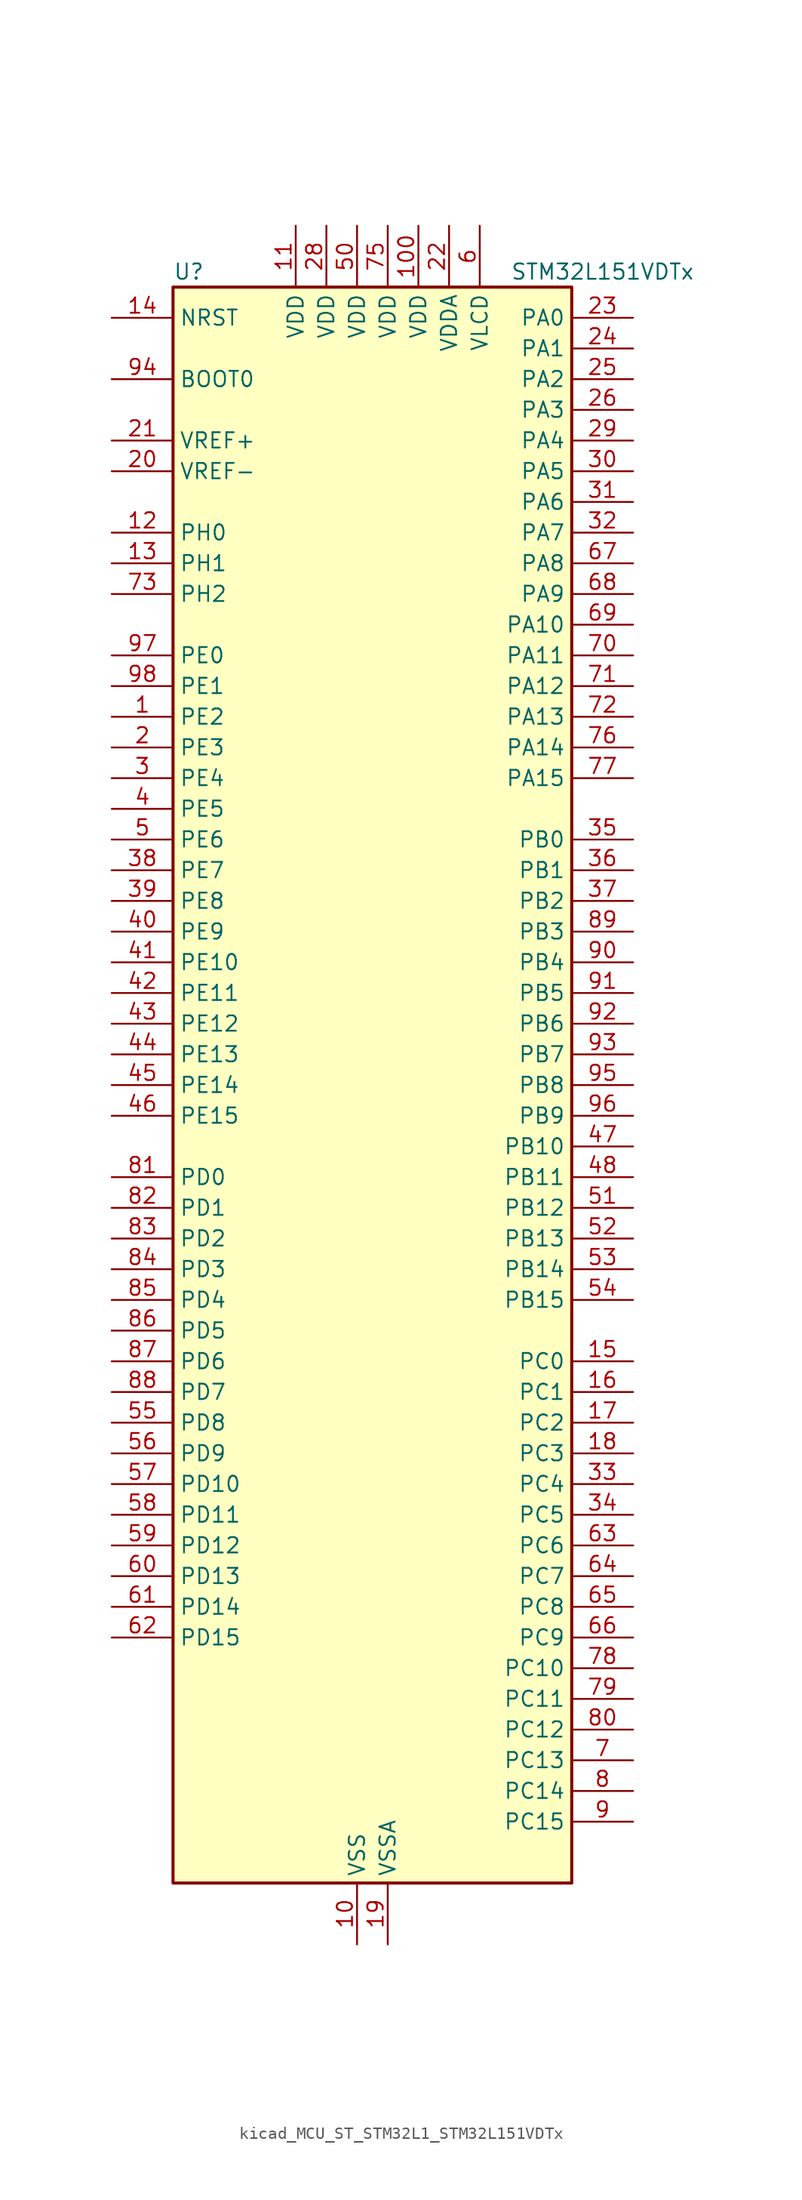
<source format=kicad_sym>
(kicad_symbol_lib
  (version 20220914)
  (generator kicad_symbol_editor)
  (symbol "kicad_MCU_ST_STM32L1_STM32L151VDTx"
    (property "Reference" "U"
      (at -15.24 67.31 0)
      (effects (font (size 1.27 1.27)) (justify left)))
    (property "Value" "STM32L151VDTx"
      (at 12.7 67.31 0)
      (effects (font (size 1.27 1.27)) (justify left)))
    (property "ki_locked" ""
      (at 0 0 0)
      (effects (font (size 1.27 1.27))))
    (symbol "kicad_MCU_ST_STM32L1_STM32L151VDTx_0_1"
      (rectangle (start -15.24 -66.04) (end 17.78 66.04) (stroke (width 0.254) (type default)) (fill (type background))))
    (symbol "kicad_MCU_ST_STM32L1_STM32L151VDTx_1_1"
      (pin bidirectional line (at -20.32 30.48 0) (length 5.08) (name "PE2" (effects (font (size 1.27 1.27)))) (number "1" (effects (font (size 1.27 1.27)))) (alternate "FSMC_A23" bidirectional line) (alternate "SYS_TRACECK" bidirectional line) (alternate "TIM3_ETR" bidirectional line) (alternate "TIMX_IC3" bidirectional line))
      (pin power_in line (at 0 -71.12 90) (length 5.08) (name "VSS" (effects (font (size 1.27 1.27)))) (number "10" (effects (font (size 1.27 1.27)))))
      (pin power_in line (at 5.08 71.12 270) (length 5.08) (name "VDD" (effects (font (size 1.27 1.27)))) (number "100" (effects (font (size 1.27 1.27)))))
      (pin power_in line (at -5.08 71.12 270) (length 5.08) (name "VDD" (effects (font (size 1.27 1.27)))) (number "11" (effects (font (size 1.27 1.27)))))
      (pin bidirectional line (at -20.32 45.72 0) (length 5.08) (name "PH0" (effects (font (size 1.27 1.27)))) (number "12" (effects (font (size 1.27 1.27)))) (alternate "RCC_OSC_IN" bidirectional line))
      (pin bidirectional line (at -20.32 43.18 0) (length 5.08) (name "PH1" (effects (font (size 1.27 1.27)))) (number "13" (effects (font (size 1.27 1.27)))) (alternate "RCC_OSC_OUT" bidirectional line))
      (pin input line (at -20.32 63.5 0) (length 5.08) (name "NRST" (effects (font (size 1.27 1.27)))) (number "14" (effects (font (size 1.27 1.27)))))
      (pin bidirectional line (at 22.86 -22.86 180) (length 5.08) (name "PC0" (effects (font (size 1.27 1.27)))) (number "15" (effects (font (size 1.27 1.27)))) (alternate "ADC_IN10" bidirectional line) (alternate "COMP1_INP" bidirectional line) (alternate "TIMX_IC1" bidirectional line) (alternate "TS_G8_IO1" bidirectional line))
      (pin bidirectional line (at 22.86 -25.4 180) (length 5.08) (name "PC1" (effects (font (size 1.27 1.27)))) (number "16" (effects (font (size 1.27 1.27)))) (alternate "ADC_IN11" bidirectional line) (alternate "COMP1_INP" bidirectional line) (alternate "OPAMP3_VINP" bidirectional line) (alternate "TIMX_IC2" bidirectional line) (alternate "TS_G8_IO2" bidirectional line))
      (pin bidirectional line (at 22.86 -27.94 180) (length 5.08) (name "PC2" (effects (font (size 1.27 1.27)))) (number "17" (effects (font (size 1.27 1.27)))) (alternate "ADC_IN12" bidirectional line) (alternate "COMP1_INP" bidirectional line) (alternate "OPAMP3_VINM" bidirectional line) (alternate "TIMX_IC3" bidirectional line) (alternate "TS_G8_IO3" bidirectional line))
      (pin bidirectional line (at 22.86 -30.48 180) (length 5.08) (name "PC3" (effects (font (size 1.27 1.27)))) (number "18" (effects (font (size 1.27 1.27)))) (alternate "ADC_IN13" bidirectional line) (alternate "COMP1_INP" bidirectional line) (alternate "OPAMP3_VOUT" bidirectional line) (alternate "TIMX_IC4" bidirectional line) (alternate "TS_G8_IO4" bidirectional line))
      (pin power_in line (at 2.54 -71.12 90) (length 5.08) (name "VSSA" (effects (font (size 1.27 1.27)))) (number "19" (effects (font (size 1.27 1.27)))))
      (pin bidirectional line (at -20.32 27.94 0) (length 5.08) (name "PE3" (effects (font (size 1.27 1.27)))) (number "2" (effects (font (size 1.27 1.27)))) (alternate "FSMC_A19" bidirectional line) (alternate "SYS_TRACED0" bidirectional line) (alternate "TIM3_CH1" bidirectional line) (alternate "TIMX_IC4" bidirectional line))
      (pin input line (at -20.32 50.8 0) (length 5.08) (name "VREF-" (effects (font (size 1.27 1.27)))) (number "20" (effects (font (size 1.27 1.27)))))
      (pin input line (at -20.32 53.34 0) (length 5.08) (name "VREF+" (effects (font (size 1.27 1.27)))) (number "21" (effects (font (size 1.27 1.27)))))
      (pin power_in line (at 7.62 71.12 270) (length 5.08) (name "VDDA" (effects (font (size 1.27 1.27)))) (number "22" (effects (font (size 1.27 1.27)))))
      (pin bidirectional line (at 22.86 63.5 180) (length 5.08) (name "PA0" (effects (font (size 1.27 1.27)))) (number "23" (effects (font (size 1.27 1.27)))) (alternate "ADC_IN0" bidirectional line) (alternate "COMP1_INP" bidirectional line) (alternate "RTC_TAMP2" bidirectional line) (alternate "SYS_WKUP1" bidirectional line) (alternate "TIM2_CH1" bidirectional line) (alternate "TIM2_ETR" bidirectional line) (alternate "TIM5_CH1" bidirectional line) (alternate "TIMX_IC1" bidirectional line) (alternate "TS_G1_IO1" bidirectional line) (alternate "USART2_CTS" bidirectional line))
      (pin bidirectional line (at 22.86 60.96 180) (length 5.08) (name "PA1" (effects (font (size 1.27 1.27)))) (number "24" (effects (font (size 1.27 1.27)))) (alternate "ADC_IN1" bidirectional line) (alternate "COMP1_INP" bidirectional line) (alternate "OPAMP1_VINP" bidirectional line) (alternate "TIM2_CH2" bidirectional line) (alternate "TIM5_CH2" bidirectional line) (alternate "TIMX_IC2" bidirectional line) (alternate "TS_G1_IO2" bidirectional line) (alternate "USART2_RTS" bidirectional line))
      (pin bidirectional line (at 22.86 58.42 180) (length 5.08) (name "PA2" (effects (font (size 1.27 1.27)))) (number "25" (effects (font (size 1.27 1.27)))) (alternate "ADC_IN2" bidirectional line) (alternate "COMP1_INP" bidirectional line) (alternate "OPAMP1_VINM" bidirectional line) (alternate "TIM2_CH3" bidirectional line) (alternate "TIM5_CH3" bidirectional line) (alternate "TIM9_CH1" bidirectional line) (alternate "TIMX_IC3" bidirectional line) (alternate "TS_G1_IO3" bidirectional line) (alternate "USART2_TX" bidirectional line))
      (pin bidirectional line (at 22.86 55.88 180) (length 5.08) (name "PA3" (effects (font (size 1.27 1.27)))) (number "26" (effects (font (size 1.27 1.27)))) (alternate "ADC_IN3" bidirectional line) (alternate "COMP1_INP" bidirectional line) (alternate "OPAMP1_VOUT" bidirectional line) (alternate "TIM2_CH4" bidirectional line) (alternate "TIM5_CH4" bidirectional line) (alternate "TIM9_CH2" bidirectional line) (alternate "TIMX_IC4" bidirectional line) (alternate "TS_G1_IO4" bidirectional line) (alternate "USART2_RX" bidirectional line))
      (pin passive line (at 0 -71.12 90) (length 5.08) hide (name "VSS" (effects (font (size 1.27 1.27)))) (number "27" (effects (font (size 1.27 1.27)))))
      (pin power_in line (at -2.54 71.12 270) (length 5.08) (name "VDD" (effects (font (size 1.27 1.27)))) (number "28" (effects (font (size 1.27 1.27)))))
      (pin bidirectional line (at 22.86 53.34 180) (length 5.08) (name "PA4" (effects (font (size 1.27 1.27)))) (number "29" (effects (font (size 1.27 1.27)))) (alternate "ADC_IN4" bidirectional line) (alternate "COMP1_INP" bidirectional line) (alternate "DAC_OUT1" bidirectional line) (alternate "I2S3_WS" bidirectional line) (alternate "SPI1_NSS" bidirectional line) (alternate "SPI3_NSS" bidirectional line) (alternate "TIMX_IC1" bidirectional line) (alternate "USART2_CK" bidirectional line))
      (pin bidirectional line (at -20.32 25.4 0) (length 5.08) (name "PE4" (effects (font (size 1.27 1.27)))) (number "3" (effects (font (size 1.27 1.27)))) (alternate "FSMC_A20" bidirectional line) (alternate "SYS_TRACED1" bidirectional line) (alternate "TIM3_CH2" bidirectional line) (alternate "TIMX_IC1" bidirectional line))
      (pin bidirectional line (at 22.86 50.8 180) (length 5.08) (name "PA5" (effects (font (size 1.27 1.27)))) (number "30" (effects (font (size 1.27 1.27)))) (alternate "ADC_IN5" bidirectional line) (alternate "COMP1_INP" bidirectional line) (alternate "DAC_OUT2" bidirectional line) (alternate "SPI1_SCK" bidirectional line) (alternate "TIM2_CH1" bidirectional line) (alternate "TIM2_ETR" bidirectional line) (alternate "TIMX_IC2" bidirectional line))
      (pin bidirectional line (at 22.86 48.26 180) (length 5.08) (name "PA6" (effects (font (size 1.27 1.27)))) (number "31" (effects (font (size 1.27 1.27)))) (alternate "ADC_IN6" bidirectional line) (alternate "COMP1_INP" bidirectional line) (alternate "OPAMP2_VINP" bidirectional line) (alternate "SPI1_MISO" bidirectional line) (alternate "TIM10_CH1" bidirectional line) (alternate "TIM3_CH1" bidirectional line) (alternate "TIMX_IC3" bidirectional line) (alternate "TS_G2_IO1" bidirectional line))
      (pin bidirectional line (at 22.86 45.72 180) (length 5.08) (name "PA7" (effects (font (size 1.27 1.27)))) (number "32" (effects (font (size 1.27 1.27)))) (alternate "ADC_IN7" bidirectional line) (alternate "COMP1_INP" bidirectional line) (alternate "OPAMP2_VINM" bidirectional line) (alternate "SPI1_MOSI" bidirectional line) (alternate "TIM11_CH1" bidirectional line) (alternate "TIM3_CH2" bidirectional line) (alternate "TIMX_IC4" bidirectional line) (alternate "TS_G2_IO2" bidirectional line))
      (pin bidirectional line (at 22.86 -33.02 180) (length 5.08) (name "PC4" (effects (font (size 1.27 1.27)))) (number "33" (effects (font (size 1.27 1.27)))) (alternate "ADC_IN14" bidirectional line) (alternate "COMP1_INP" bidirectional line) (alternate "TIMX_IC1" bidirectional line) (alternate "TS_G9_IO1" bidirectional line))
      (pin bidirectional line (at 22.86 -35.56 180) (length 5.08) (name "PC5" (effects (font (size 1.27 1.27)))) (number "34" (effects (font (size 1.27 1.27)))) (alternate "ADC_IN15" bidirectional line) (alternate "COMP1_INP" bidirectional line) (alternate "TIMX_IC2" bidirectional line) (alternate "TS_G9_IO2" bidirectional line))
      (pin bidirectional line (at 22.86 20.32 180) (length 5.08) (name "PB0" (effects (font (size 1.27 1.27)))) (number "35" (effects (font (size 1.27 1.27)))) (alternate "ADC_IN8" bidirectional line) (alternate "COMP1_INP" bidirectional line) (alternate "OPAMP2_VOUT" bidirectional line) (alternate "SYS_V_REF_OUT" bidirectional line) (alternate "TIM3_CH3" bidirectional line) (alternate "TS_G3_IO1" bidirectional line))
      (pin bidirectional line (at 22.86 17.78 180) (length 5.08) (name "PB1" (effects (font (size 1.27 1.27)))) (number "36" (effects (font (size 1.27 1.27)))) (alternate "ADC_IN9" bidirectional line) (alternate "COMP1_INP" bidirectional line) (alternate "SYS_V_REF_OUT" bidirectional line) (alternate "TIM3_CH4" bidirectional line) (alternate "TS_G3_IO2" bidirectional line))
      (pin bidirectional line (at 22.86 15.24 180) (length 5.08) (name "PB2" (effects (font (size 1.27 1.27)))) (number "37" (effects (font (size 1.27 1.27)))) (alternate "TS_G3_IO3" bidirectional line))
      (pin bidirectional line (at -20.32 17.78 0) (length 5.08) (name "PE7" (effects (font (size 1.27 1.27)))) (number "38" (effects (font (size 1.27 1.27)))) (alternate "ADC_IN22" bidirectional line) (alternate "COMP1_INP" bidirectional line) (alternate "FSMC_D4" bidirectional line) (alternate "FSMC_DA4" bidirectional line) (alternate "TIMX_IC4" bidirectional line))
      (pin bidirectional line (at -20.32 15.24 0) (length 5.08) (name "PE8" (effects (font (size 1.27 1.27)))) (number "39" (effects (font (size 1.27 1.27)))) (alternate "ADC_IN23" bidirectional line) (alternate "COMP1_INP" bidirectional line) (alternate "FSMC_D5" bidirectional line) (alternate "FSMC_DA5" bidirectional line) (alternate "TIMX_IC1" bidirectional line))
      (pin bidirectional line (at -20.32 22.86 0) (length 5.08) (name "PE5" (effects (font (size 1.27 1.27)))) (number "4" (effects (font (size 1.27 1.27)))) (alternate "FSMC_A21" bidirectional line) (alternate "SYS_TRACED2" bidirectional line) (alternate "TIM9_CH1" bidirectional line) (alternate "TIMX_IC2" bidirectional line))
      (pin bidirectional line (at -20.32 12.7 0) (length 5.08) (name "PE9" (effects (font (size 1.27 1.27)))) (number "40" (effects (font (size 1.27 1.27)))) (alternate "ADC_IN24" bidirectional line) (alternate "COMP1_INP" bidirectional line) (alternate "DAC_EXTI9" bidirectional line) (alternate "FSMC_D6" bidirectional line) (alternate "FSMC_DA6" bidirectional line) (alternate "TIM2_CH1" bidirectional line) (alternate "TIM2_ETR" bidirectional line) (alternate "TIMX_IC2" bidirectional line))
      (pin bidirectional line (at -20.32 10.16 0) (length 5.08) (name "PE10" (effects (font (size 1.27 1.27)))) (number "41" (effects (font (size 1.27 1.27)))) (alternate "ADC_IN25" bidirectional line) (alternate "COMP1_INP" bidirectional line) (alternate "FSMC_D7" bidirectional line) (alternate "FSMC_DA7" bidirectional line) (alternate "TIM2_CH2" bidirectional line) (alternate "TIMX_IC3" bidirectional line))
      (pin bidirectional line (at -20.32 7.62 0) (length 5.08) (name "PE11" (effects (font (size 1.27 1.27)))) (number "42" (effects (font (size 1.27 1.27)))) (alternate "ADC_EXTI11" bidirectional line) (alternate "FSMC_D8" bidirectional line) (alternate "FSMC_DA8" bidirectional line) (alternate "TIM2_CH3" bidirectional line) (alternate "TIMX_IC4" bidirectional line))
      (pin bidirectional line (at -20.32 5.08 0) (length 5.08) (name "PE12" (effects (font (size 1.27 1.27)))) (number "43" (effects (font (size 1.27 1.27)))) (alternate "FSMC_D9" bidirectional line) (alternate "FSMC_DA9" bidirectional line) (alternate "SPI1_NSS" bidirectional line) (alternate "TIM2_CH4" bidirectional line) (alternate "TIMX_IC1" bidirectional line))
      (pin bidirectional line (at -20.32 2.54 0) (length 5.08) (name "PE13" (effects (font (size 1.27 1.27)))) (number "44" (effects (font (size 1.27 1.27)))) (alternate "FSMC_D10" bidirectional line) (alternate "FSMC_DA10" bidirectional line) (alternate "SPI1_SCK" bidirectional line) (alternate "TIMX_IC2" bidirectional line))
      (pin bidirectional line (at -20.32 0 0) (length 5.08) (name "PE14" (effects (font (size 1.27 1.27)))) (number "45" (effects (font (size 1.27 1.27)))) (alternate "FSMC_D11" bidirectional line) (alternate "FSMC_DA11" bidirectional line) (alternate "SPI1_MISO" bidirectional line) (alternate "TIMX_IC3" bidirectional line))
      (pin bidirectional line (at -20.32 -2.54 0) (length 5.08) (name "PE15" (effects (font (size 1.27 1.27)))) (number "46" (effects (font (size 1.27 1.27)))) (alternate "ADC_EXTI15" bidirectional line) (alternate "FSMC_D12" bidirectional line) (alternate "FSMC_DA12" bidirectional line) (alternate "SPI1_MOSI" bidirectional line) (alternate "TIMX_IC4" bidirectional line))
      (pin bidirectional line (at 22.86 -5.08 180) (length 5.08) (name "PB10" (effects (font (size 1.27 1.27)))) (number "47" (effects (font (size 1.27 1.27)))) (alternate "I2C2_SCL" bidirectional line) (alternate "TIM2_CH3" bidirectional line) (alternate "USART3_TX" bidirectional line))
      (pin bidirectional line (at 22.86 -7.62 180) (length 5.08) (name "PB11" (effects (font (size 1.27 1.27)))) (number "48" (effects (font (size 1.27 1.27)))) (alternate "ADC_EXTI11" bidirectional line) (alternate "I2C2_SDA" bidirectional line) (alternate "TIM2_CH4" bidirectional line) (alternate "USART3_RX" bidirectional line))
      (pin passive line (at 0 -71.12 90) (length 5.08) hide (name "VSS" (effects (font (size 1.27 1.27)))) (number "49" (effects (font (size 1.27 1.27)))))
      (pin bidirectional line (at -20.32 20.32 0) (length 5.08) (name "PE6" (effects (font (size 1.27 1.27)))) (number "5" (effects (font (size 1.27 1.27)))) (alternate "RTC_TAMP3" bidirectional line) (alternate "SYS_TRACED3" bidirectional line) (alternate "SYS_WKUP3" bidirectional line) (alternate "TIM9_CH2" bidirectional line) (alternate "TIMX_IC3" bidirectional line))
      (pin power_in line (at 0 71.12 270) (length 5.08) (name "VDD" (effects (font (size 1.27 1.27)))) (number "50" (effects (font (size 1.27 1.27)))))
      (pin bidirectional line (at 22.86 -10.16 180) (length 5.08) (name "PB12" (effects (font (size 1.27 1.27)))) (number "51" (effects (font (size 1.27 1.27)))) (alternate "ADC_IN18" bidirectional line) (alternate "COMP1_INP" bidirectional line) (alternate "I2C2_SMBA" bidirectional line) (alternate "I2S2_WS" bidirectional line) (alternate "SPI2_NSS" bidirectional line) (alternate "TIM10_CH1" bidirectional line) (alternate "TS_G7_IO1" bidirectional line) (alternate "USART3_CK" bidirectional line))
      (pin bidirectional line (at 22.86 -12.7 180) (length 5.08) (name "PB13" (effects (font (size 1.27 1.27)))) (number "52" (effects (font (size 1.27 1.27)))) (alternate "ADC_IN19" bidirectional line) (alternate "COMP1_INP" bidirectional line) (alternate "I2S2_CK" bidirectional line) (alternate "SPI2_SCK" bidirectional line) (alternate "TIM9_CH1" bidirectional line) (alternate "TS_G7_IO2" bidirectional line) (alternate "USART3_CTS" bidirectional line))
      (pin bidirectional line (at 22.86 -15.24 180) (length 5.08) (name "PB14" (effects (font (size 1.27 1.27)))) (number "53" (effects (font (size 1.27 1.27)))) (alternate "ADC_IN20" bidirectional line) (alternate "COMP1_INP" bidirectional line) (alternate "SPI2_MISO" bidirectional line) (alternate "TIM9_CH2" bidirectional line) (alternate "TS_G7_IO3" bidirectional line) (alternate "USART3_RTS" bidirectional line))
      (pin bidirectional line (at 22.86 -17.78 180) (length 5.08) (name "PB15" (effects (font (size 1.27 1.27)))) (number "54" (effects (font (size 1.27 1.27)))) (alternate "ADC_EXTI15" bidirectional line) (alternate "ADC_IN21" bidirectional line) (alternate "COMP1_INP" bidirectional line) (alternate "I2S2_SD" bidirectional line) (alternate "RTC_REFIN" bidirectional line) (alternate "SPI2_MOSI" bidirectional line) (alternate "TIM11_CH1" bidirectional line) (alternate "TS_G7_IO4" bidirectional line))
      (pin bidirectional line (at -20.32 -27.94 0) (length 5.08) (name "PD8" (effects (font (size 1.27 1.27)))) (number "55" (effects (font (size 1.27 1.27)))) (alternate "FSMC_D13" bidirectional line) (alternate "FSMC_DA13" bidirectional line) (alternate "TIMX_IC1" bidirectional line) (alternate "USART3_TX" bidirectional line))
      (pin bidirectional line (at -20.32 -30.48 0) (length 5.08) (name "PD9" (effects (font (size 1.27 1.27)))) (number "56" (effects (font (size 1.27 1.27)))) (alternate "DAC_EXTI9" bidirectional line) (alternate "FSMC_D14" bidirectional line) (alternate "FSMC_DA14" bidirectional line) (alternate "TIMX_IC2" bidirectional line) (alternate "USART3_RX" bidirectional line))
      (pin bidirectional line (at -20.32 -33.02 0) (length 5.08) (name "PD10" (effects (font (size 1.27 1.27)))) (number "57" (effects (font (size 1.27 1.27)))) (alternate "FSMC_D15" bidirectional line) (alternate "FSMC_DA15" bidirectional line) (alternate "TIMX_IC3" bidirectional line) (alternate "USART3_CK" bidirectional line))
      (pin bidirectional line (at -20.32 -35.56 0) (length 5.08) (name "PD11" (effects (font (size 1.27 1.27)))) (number "58" (effects (font (size 1.27 1.27)))) (alternate "ADC_EXTI11" bidirectional line) (alternate "FSMC_A16" bidirectional line) (alternate "TIMX_IC4" bidirectional line) (alternate "USART3_CTS" bidirectional line))
      (pin bidirectional line (at -20.32 -38.1 0) (length 5.08) (name "PD12" (effects (font (size 1.27 1.27)))) (number "59" (effects (font (size 1.27 1.27)))) (alternate "FSMC_A17" bidirectional line) (alternate "TIM4_CH1" bidirectional line) (alternate "TIMX_IC1" bidirectional line) (alternate "USART3_RTS" bidirectional line))
      (pin power_in line (at 10.16 71.12 270) (length 5.08) (name "VLCD" (effects (font (size 1.27 1.27)))) (number "6" (effects (font (size 1.27 1.27)))))
      (pin bidirectional line (at -20.32 -40.64 0) (length 5.08) (name "PD13" (effects (font (size 1.27 1.27)))) (number "60" (effects (font (size 1.27 1.27)))) (alternate "FSMC_A18" bidirectional line) (alternate "TIM4_CH2" bidirectional line) (alternate "TIMX_IC2" bidirectional line))
      (pin bidirectional line (at -20.32 -43.18 0) (length 5.08) (name "PD14" (effects (font (size 1.27 1.27)))) (number "61" (effects (font (size 1.27 1.27)))) (alternate "FSMC_D0" bidirectional line) (alternate "FSMC_DA0" bidirectional line) (alternate "TIM4_CH3" bidirectional line) (alternate "TIMX_IC3" bidirectional line))
      (pin bidirectional line (at -20.32 -45.72 0) (length 5.08) (name "PD15" (effects (font (size 1.27 1.27)))) (number "62" (effects (font (size 1.27 1.27)))) (alternate "ADC_EXTI15" bidirectional line) (alternate "FSMC_D1" bidirectional line) (alternate "FSMC_DA1" bidirectional line) (alternate "TIM4_CH4" bidirectional line) (alternate "TIMX_IC4" bidirectional line))
      (pin bidirectional line (at 22.86 -38.1 180) (length 5.08) (name "PC6" (effects (font (size 1.27 1.27)))) (number "63" (effects (font (size 1.27 1.27)))) (alternate "I2S2_MCK" bidirectional line) (alternate "SDIO_D6" bidirectional line) (alternate "TIM3_CH1" bidirectional line) (alternate "TIMX_IC3" bidirectional line) (alternate "TS_G10_IO1" bidirectional line))
      (pin bidirectional line (at 22.86 -40.64 180) (length 5.08) (name "PC7" (effects (font (size 1.27 1.27)))) (number "64" (effects (font (size 1.27 1.27)))) (alternate "I2S3_MCK" bidirectional line) (alternate "SDIO_D7" bidirectional line) (alternate "TIM3_CH2" bidirectional line) (alternate "TIMX_IC4" bidirectional line) (alternate "TS_G10_IO2" bidirectional line))
      (pin bidirectional line (at 22.86 -43.18 180) (length 5.08) (name "PC8" (effects (font (size 1.27 1.27)))) (number "65" (effects (font (size 1.27 1.27)))) (alternate "SDIO_D0" bidirectional line) (alternate "TIM3_CH3" bidirectional line) (alternate "TIMX_IC1" bidirectional line) (alternate "TS_G10_IO3" bidirectional line))
      (pin bidirectional line (at 22.86 -45.72 180) (length 5.08) (name "PC9" (effects (font (size 1.27 1.27)))) (number "66" (effects (font (size 1.27 1.27)))) (alternate "DAC_EXTI9" bidirectional line) (alternate "SDIO_D1" bidirectional line) (alternate "TIM3_CH4" bidirectional line) (alternate "TIMX_IC2" bidirectional line) (alternate "TS_G10_IO4" bidirectional line))
      (pin bidirectional line (at 22.86 43.18 180) (length 5.08) (name "PA8" (effects (font (size 1.27 1.27)))) (number "67" (effects (font (size 1.27 1.27)))) (alternate "RCC_MCO" bidirectional line) (alternate "TIMX_IC1" bidirectional line) (alternate "TS_G4_IO1" bidirectional line) (alternate "USART1_CK" bidirectional line))
      (pin bidirectional line (at 22.86 40.64 180) (length 5.08) (name "PA9" (effects (font (size 1.27 1.27)))) (number "68" (effects (font (size 1.27 1.27)))) (alternate "DAC_EXTI9" bidirectional line) (alternate "TIMX_IC2" bidirectional line) (alternate "TS_G4_IO2" bidirectional line) (alternate "USART1_TX" bidirectional line))
      (pin bidirectional line (at 22.86 38.1 180) (length 5.08) (name "PA10" (effects (font (size 1.27 1.27)))) (number "69" (effects (font (size 1.27 1.27)))) (alternate "TIMX_IC3" bidirectional line) (alternate "TS_G4_IO3" bidirectional line) (alternate "USART1_RX" bidirectional line))
      (pin bidirectional line (at 22.86 -55.88 180) (length 5.08) (name "PC13" (effects (font (size 1.27 1.27)))) (number "7" (effects (font (size 1.27 1.27)))) (alternate "RTC_OUT_ALARM" bidirectional line) (alternate "RTC_OUT_CALIB" bidirectional line) (alternate "RTC_TAMP1" bidirectional line) (alternate "RTC_TS" bidirectional line) (alternate "SYS_WKUP2" bidirectional line) (alternate "TIMX_IC2" bidirectional line))
      (pin bidirectional line (at 22.86 35.56 180) (length 5.08) (name "PA11" (effects (font (size 1.27 1.27)))) (number "70" (effects (font (size 1.27 1.27)))) (alternate "ADC_EXTI11" bidirectional line) (alternate "SPI1_MISO" bidirectional line) (alternate "TIMX_IC4" bidirectional line) (alternate "USART1_CTS" bidirectional line) (alternate "USB_DM" bidirectional line))
      (pin bidirectional line (at 22.86 33.02 180) (length 5.08) (name "PA12" (effects (font (size 1.27 1.27)))) (number "71" (effects (font (size 1.27 1.27)))) (alternate "SPI1_MOSI" bidirectional line) (alternate "TIMX_IC1" bidirectional line) (alternate "USART1_RTS" bidirectional line) (alternate "USB_DP" bidirectional line))
      (pin bidirectional line (at 22.86 30.48 180) (length 5.08) (name "PA13" (effects (font (size 1.27 1.27)))) (number "72" (effects (font (size 1.27 1.27)))) (alternate "SYS_JTMS-SWDIO" bidirectional line) (alternate "TIMX_IC2" bidirectional line) (alternate "TS_G5_IO1" bidirectional line))
      (pin bidirectional line (at -20.32 40.64 0) (length 5.08) (name "PH2" (effects (font (size 1.27 1.27)))) (number "73" (effects (font (size 1.27 1.27)))) (alternate "FSMC_A22" bidirectional line))
      (pin passive line (at 0 -71.12 90) (length 5.08) hide (name "VSS" (effects (font (size 1.27 1.27)))) (number "74" (effects (font (size 1.27 1.27)))))
      (pin power_in line (at 2.54 71.12 270) (length 5.08) (name "VDD" (effects (font (size 1.27 1.27)))) (number "75" (effects (font (size 1.27 1.27)))))
      (pin bidirectional line (at 22.86 27.94 180) (length 5.08) (name "PA14" (effects (font (size 1.27 1.27)))) (number "76" (effects (font (size 1.27 1.27)))) (alternate "SYS_JTCK-SWCLK" bidirectional line) (alternate "TIMX_IC3" bidirectional line) (alternate "TS_G5_IO2" bidirectional line))
      (pin bidirectional line (at 22.86 25.4 180) (length 5.08) (name "PA15" (effects (font (size 1.27 1.27)))) (number "77" (effects (font (size 1.27 1.27)))) (alternate "ADC_EXTI15" bidirectional line) (alternate "I2S3_WS" bidirectional line) (alternate "SPI1_NSS" bidirectional line) (alternate "SPI3_NSS" bidirectional line) (alternate "SYS_JTDI" bidirectional line) (alternate "TIM2_CH1" bidirectional line) (alternate "TIM2_ETR" bidirectional line) (alternate "TIMX_IC4" bidirectional line) (alternate "TS_G5_IO3" bidirectional line))
      (pin bidirectional line (at 22.86 -48.26 180) (length 5.08) (name "PC10" (effects (font (size 1.27 1.27)))) (number "78" (effects (font (size 1.27 1.27)))) (alternate "I2S3_CK" bidirectional line) (alternate "SDIO_D2" bidirectional line) (alternate "SPI3_SCK" bidirectional line) (alternate "TIMX_IC3" bidirectional line) (alternate "UART4_TX" bidirectional line) (alternate "USART3_TX" bidirectional line))
      (pin bidirectional line (at 22.86 -50.8 180) (length 5.08) (name "PC11" (effects (font (size 1.27 1.27)))) (number "79" (effects (font (size 1.27 1.27)))) (alternate "ADC_EXTI11" bidirectional line) (alternate "SDIO_D3" bidirectional line) (alternate "SPI3_MISO" bidirectional line) (alternate "TIMX_IC4" bidirectional line) (alternate "UART4_RX" bidirectional line) (alternate "USART3_RX" bidirectional line))
      (pin bidirectional line (at 22.86 -58.42 180) (length 5.08) (name "PC14" (effects (font (size 1.27 1.27)))) (number "8" (effects (font (size 1.27 1.27)))) (alternate "RCC_OSC32_IN" bidirectional line) (alternate "TIMX_IC3" bidirectional line))
      (pin bidirectional line (at 22.86 -53.34 180) (length 5.08) (name "PC12" (effects (font (size 1.27 1.27)))) (number "80" (effects (font (size 1.27 1.27)))) (alternate "I2S3_SD" bidirectional line) (alternate "SDIO_CK" bidirectional line) (alternate "SPI3_MOSI" bidirectional line) (alternate "TIMX_IC1" bidirectional line) (alternate "UART5_TX" bidirectional line) (alternate "USART3_CK" bidirectional line))
      (pin bidirectional line (at -20.32 -7.62 0) (length 5.08) (name "PD0" (effects (font (size 1.27 1.27)))) (number "81" (effects (font (size 1.27 1.27)))) (alternate "FSMC_D2" bidirectional line) (alternate "FSMC_DA2" bidirectional line) (alternate "I2S2_WS" bidirectional line) (alternate "SPI2_NSS" bidirectional line) (alternate "TIM9_CH1" bidirectional line) (alternate "TIMX_IC1" bidirectional line))
      (pin bidirectional line (at -20.32 -10.16 0) (length 5.08) (name "PD1" (effects (font (size 1.27 1.27)))) (number "82" (effects (font (size 1.27 1.27)))) (alternate "FSMC_D3" bidirectional line) (alternate "FSMC_DA3" bidirectional line) (alternate "I2S2_CK" bidirectional line) (alternate "SPI2_SCK" bidirectional line) (alternate "TIMX_IC2" bidirectional line))
      (pin bidirectional line (at -20.32 -12.7 0) (length 5.08) (name "PD2" (effects (font (size 1.27 1.27)))) (number "83" (effects (font (size 1.27 1.27)))) (alternate "SDIO_CMD" bidirectional line) (alternate "TIM3_ETR" bidirectional line) (alternate "TIMX_IC3" bidirectional line) (alternate "UART5_RX" bidirectional line))
      (pin bidirectional line (at -20.32 -15.24 0) (length 5.08) (name "PD3" (effects (font (size 1.27 1.27)))) (number "84" (effects (font (size 1.27 1.27)))) (alternate "FSMC_CLK" bidirectional line) (alternate "SPI2_MISO" bidirectional line) (alternate "TIMX_IC4" bidirectional line) (alternate "USART2_CTS" bidirectional line))
      (pin bidirectional line (at -20.32 -17.78 0) (length 5.08) (name "PD4" (effects (font (size 1.27 1.27)))) (number "85" (effects (font (size 1.27 1.27)))) (alternate "FSMC_NOE" bidirectional line) (alternate "I2S2_SD" bidirectional line) (alternate "SPI2_MOSI" bidirectional line) (alternate "TIMX_IC1" bidirectional line) (alternate "USART2_RTS" bidirectional line))
      (pin bidirectional line (at -20.32 -20.32 0) (length 5.08) (name "PD5" (effects (font (size 1.27 1.27)))) (number "86" (effects (font (size 1.27 1.27)))) (alternate "FSMC_NWE" bidirectional line) (alternate "TIMX_IC2" bidirectional line) (alternate "USART2_TX" bidirectional line))
      (pin bidirectional line (at -20.32 -22.86 0) (length 5.08) (name "PD6" (effects (font (size 1.27 1.27)))) (number "87" (effects (font (size 1.27 1.27)))) (alternate "FSMC_NWAIT" bidirectional line) (alternate "TIMX_IC3" bidirectional line) (alternate "USART2_RX" bidirectional line))
      (pin bidirectional line (at -20.32 -25.4 0) (length 5.08) (name "PD7" (effects (font (size 1.27 1.27)))) (number "88" (effects (font (size 1.27 1.27)))) (alternate "FSMC_NE1" bidirectional line) (alternate "TIM9_CH2" bidirectional line) (alternate "TIMX_IC4" bidirectional line) (alternate "USART2_CK" bidirectional line))
      (pin bidirectional line (at 22.86 12.7 180) (length 5.08) (name "PB3" (effects (font (size 1.27 1.27)))) (number "89" (effects (font (size 1.27 1.27)))) (alternate "COMP2_INM" bidirectional line) (alternate "I2S3_CK" bidirectional line) (alternate "SPI1_SCK" bidirectional line) (alternate "SPI3_SCK" bidirectional line) (alternate "SYS_JTDO-TRACESWO" bidirectional line) (alternate "TIM2_CH2" bidirectional line))
      (pin bidirectional line (at 22.86 -60.96 180) (length 5.08) (name "PC15" (effects (font (size 1.27 1.27)))) (number "9" (effects (font (size 1.27 1.27)))) (alternate "ADC_EXTI15" bidirectional line) (alternate "RCC_OSC32_OUT" bidirectional line) (alternate "TIMX_IC4" bidirectional line))
      (pin bidirectional line (at 22.86 10.16 180) (length 5.08) (name "PB4" (effects (font (size 1.27 1.27)))) (number "90" (effects (font (size 1.27 1.27)))) (alternate "COMP2_INP" bidirectional line) (alternate "SPI1_MISO" bidirectional line) (alternate "SPI3_MISO" bidirectional line) (alternate "SYS_JTRST" bidirectional line) (alternate "TIM3_CH1" bidirectional line) (alternate "TS_G6_IO1" bidirectional line))
      (pin bidirectional line (at 22.86 7.62 180) (length 5.08) (name "PB5" (effects (font (size 1.27 1.27)))) (number "91" (effects (font (size 1.27 1.27)))) (alternate "COMP2_INP" bidirectional line) (alternate "I2C1_SMBA" bidirectional line) (alternate "I2S3_SD" bidirectional line) (alternate "SPI1_MOSI" bidirectional line) (alternate "SPI3_MOSI" bidirectional line) (alternate "TIM3_CH2" bidirectional line) (alternate "TS_G6_IO2" bidirectional line))
      (pin bidirectional line (at 22.86 5.08 180) (length 5.08) (name "PB6" (effects (font (size 1.27 1.27)))) (number "92" (effects (font (size 1.27 1.27)))) (alternate "COMP2_INP" bidirectional line) (alternate "I2C1_SCL" bidirectional line) (alternate "TIM4_CH1" bidirectional line) (alternate "TS_G6_IO3" bidirectional line) (alternate "USART1_TX" bidirectional line))
      (pin bidirectional line (at 22.86 2.54 180) (length 5.08) (name "PB7" (effects (font (size 1.27 1.27)))) (number "93" (effects (font (size 1.27 1.27)))) (alternate "COMP2_INP" bidirectional line) (alternate "FSMC_NL" bidirectional line) (alternate "I2C1_SDA" bidirectional line) (alternate "SYS_PVD_IN" bidirectional line) (alternate "TIM4_CH2" bidirectional line) (alternate "TS_G6_IO4" bidirectional line) (alternate "USART1_RX" bidirectional line))
      (pin input line (at -20.32 58.42 0) (length 5.08) (name "BOOT0" (effects (font (size 1.27 1.27)))) (number "94" (effects (font (size 1.27 1.27)))))
      (pin bidirectional line (at 22.86 0 180) (length 5.08) (name "PB8" (effects (font (size 1.27 1.27)))) (number "95" (effects (font (size 1.27 1.27)))) (alternate "I2C1_SCL" bidirectional line) (alternate "SDIO_D4" bidirectional line) (alternate "TIM10_CH1" bidirectional line) (alternate "TIM4_CH3" bidirectional line))
      (pin bidirectional line (at 22.86 -2.54 180) (length 5.08) (name "PB9" (effects (font (size 1.27 1.27)))) (number "96" (effects (font (size 1.27 1.27)))) (alternate "DAC_EXTI9" bidirectional line) (alternate "I2C1_SDA" bidirectional line) (alternate "SDIO_D5" bidirectional line) (alternate "TIM11_CH1" bidirectional line) (alternate "TIM4_CH4" bidirectional line))
      (pin bidirectional line (at -20.32 35.56 0) (length 5.08) (name "PE0" (effects (font (size 1.27 1.27)))) (number "97" (effects (font (size 1.27 1.27)))) (alternate "FSMC_NBL0" bidirectional line) (alternate "TIM10_CH1" bidirectional line) (alternate "TIM4_ETR" bidirectional line) (alternate "TIMX_IC1" bidirectional line))
      (pin bidirectional line (at -20.32 33.02 0) (length 5.08) (name "PE1" (effects (font (size 1.27 1.27)))) (number "98" (effects (font (size 1.27 1.27)))) (alternate "FSMC_NBL1" bidirectional line) (alternate "TIM11_CH1" bidirectional line) (alternate "TIMX_IC2" bidirectional line))
      (pin passive line (at 0 -71.12 90) (length 5.08) hide (name "VSS" (effects (font (size 1.27 1.27)))) (number "99" (effects (font (size 1.27 1.27))))))))
</source>
